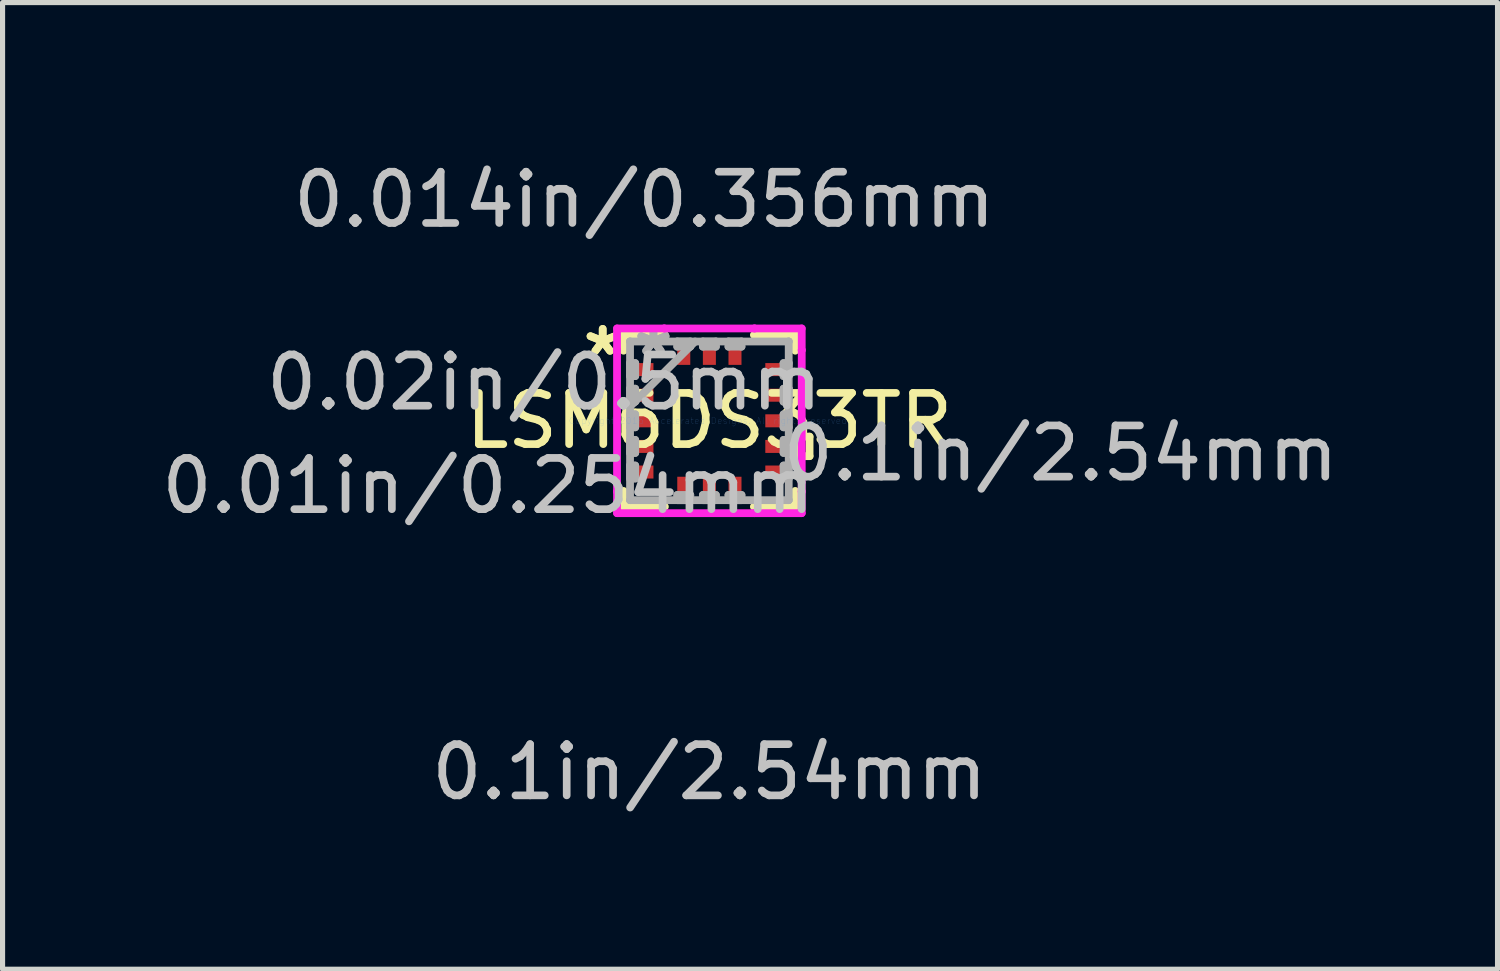
<source format=kicad_pcb>
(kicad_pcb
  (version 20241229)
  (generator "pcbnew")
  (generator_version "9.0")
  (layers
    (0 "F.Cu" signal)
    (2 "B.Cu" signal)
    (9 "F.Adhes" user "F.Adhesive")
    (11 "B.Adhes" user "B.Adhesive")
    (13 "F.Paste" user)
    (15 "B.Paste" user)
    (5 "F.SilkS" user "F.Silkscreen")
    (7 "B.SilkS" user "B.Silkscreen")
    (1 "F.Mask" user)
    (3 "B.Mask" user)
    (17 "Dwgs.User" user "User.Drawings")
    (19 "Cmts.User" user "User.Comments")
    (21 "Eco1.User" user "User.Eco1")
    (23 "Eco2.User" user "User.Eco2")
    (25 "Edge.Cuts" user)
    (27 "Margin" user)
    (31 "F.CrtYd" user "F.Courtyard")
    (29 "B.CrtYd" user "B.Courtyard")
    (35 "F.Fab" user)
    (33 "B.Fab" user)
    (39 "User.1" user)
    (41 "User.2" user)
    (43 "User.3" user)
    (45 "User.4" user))
  (footprint "LSM6DS33TR"
    (layer "F.Cu")
    (at 10.8 5.166)
    (property "Reference" "LSM6DS33TR" (at 0 0 0) (layer "F.SilkS") (effects (font (size 1 1) (thickness 0.15))))
    (attr through_hole)
    (fp_line (start -1.676 -1.676) (end -1.676 -1.369) (stroke (width 0.152) (type solid)) (layer "F.SilkS"))
    (fp_line (start -1.676 1.369) (end -1.676 1.676) (stroke (width 0.152) (type solid)) (layer "F.SilkS"))
    (fp_line (start -1.676 1.676) (end -0.869 1.676) (stroke (width 0.152) (type solid)) (layer "F.SilkS"))
    (fp_line (start -0.869 -1.676) (end -1.676 -1.676) (stroke (width 0.152) (type solid)) (layer "F.SilkS"))
    (fp_line (start 0.869 1.676) (end 1.676 1.676) (stroke (width 0.152) (type solid)) (layer "F.SilkS"))
    (fp_line (start 1.676 -1.676) (end 0.869 -1.676) (stroke (width 0.152) (type solid)) (layer "F.SilkS"))
    (fp_line (start 1.676 -1.369) (end 1.676 -1.676) (stroke (width 0.152) (type solid)) (layer "F.SilkS"))
    (fp_line (start 1.676 1.676) (end 1.676 1.369) (stroke (width 0.152) (type solid)) (layer "F.SilkS"))
    (fp_line (start 1.702 0.309) (end 1.956 0.309) (stroke (width 0.152) (type solid)) (layer "F.SilkS"))
    (fp_line (start 1.702 0.69) (end 1.702 0.309) (stroke (width 0.152) (type solid)) (layer "F.SilkS"))
    (fp_line (start 1.956 0.309) (end 1.956 0.69) (stroke (width 0.152) (type solid)) (layer "F.SilkS"))
    (fp_line (start 1.956 0.69) (end 1.702 0.69) (stroke (width 0.152) (type solid)) (layer "F.SilkS"))
    (fp_line (start -1.803 -1.803) (end -0.881 -1.803) (stroke (width 0.152) (type solid)) (layer "F.CrtYd"))
    (fp_line (start -1.803 -1.381) (end -1.803 -1.803) (stroke (width 0.152) (type solid)) (layer "F.CrtYd"))
    (fp_line (start -1.803 -1.381) (end -1.803 -1.381) (stroke (width 0.152) (type solid)) (layer "F.CrtYd"))
    (fp_line (start -1.803 1.381) (end -1.803 -1.381) (stroke (width 0.152) (type solid)) (layer "F.CrtYd"))
    (fp_line (start -1.803 1.381) (end -1.803 1.381) (stroke (width 0.152) (type solid)) (layer "F.CrtYd"))
    (fp_line (start -1.803 1.803) (end -1.803 1.381) (stroke (width 0.152) (type solid)) (layer "F.CrtYd"))
    (fp_line (start -0.881 -1.803) (end -0.881 -1.803) (stroke (width 0.152) (type solid)) (layer "F.CrtYd"))
    (fp_line (start -0.881 -1.803) (end 0.881 -1.803) (stroke (width 0.152) (type solid)) (layer "F.CrtYd"))
    (fp_line (start -0.881 1.803) (end -1.803 1.803) (stroke (width 0.152) (type solid)) (layer "F.CrtYd"))
    (fp_line (start -0.881 1.803) (end -0.881 1.803) (stroke (width 0.152) (type solid)) (layer "F.CrtYd"))
    (fp_line (start 0.881 -1.803) (end 0.881 -1.803) (stroke (width 0.152) (type solid)) (layer "F.CrtYd"))
    (fp_line (start 0.881 -1.803) (end 1.803 -1.803) (stroke (width 0.152) (type solid)) (layer "F.CrtYd"))
    (fp_line (start 0.881 1.803) (end -0.881 1.803) (stroke (width 0.152) (type solid)) (layer "F.CrtYd"))
    (fp_line (start 0.881 1.803) (end 0.881 1.803) (stroke (width 0.152) (type solid)) (layer "F.CrtYd"))
    (fp_line (start 1.803 -1.803) (end 1.803 -1.381) (stroke (width 0.152) (type solid)) (layer "F.CrtYd"))
    (fp_line (start 1.803 -1.381) (end 1.803 -1.381) (stroke (width 0.152) (type solid)) (layer "F.CrtYd"))
    (fp_line (start 1.803 -1.381) (end 1.803 1.381) (stroke (width 0.152) (type solid)) (layer "F.CrtYd"))
    (fp_line (start 1.803 1.381) (end 1.803 1.381) (stroke (width 0.152) (type solid)) (layer "F.CrtYd"))
    (fp_line (start 1.803 1.381) (end 1.803 1.803) (stroke (width 0.152) (type solid)) (layer "F.CrtYd"))
    (fp_line (start 1.803 1.803) (end 0.881 1.803) (stroke (width 0.152) (type solid)) (layer "F.CrtYd"))
    (fp_line (start -1.549 -1.549) (end -1.549 -1.549) (stroke (width 0.152) (type solid)) (layer "F.Fab"))
    (fp_line (start -1.549 -1.549) (end -1.549 1.549) (stroke (width 0.152) (type solid)) (layer "F.Fab"))
    (fp_line (start -1.549 -1.127) (end -1.448 -1.127) (stroke (width 0.152) (type solid)) (layer "F.Fab"))
    (fp_line (start -1.549 -0.873) (end -1.549 -1.127) (stroke (width 0.152) (type solid)) (layer "F.Fab"))
    (fp_line (start -1.549 -0.627) (end -1.448 -0.627) (stroke (width 0.152) (type solid)) (layer "F.Fab"))
    (fp_line (start -1.549 -0.373) (end -1.549 -0.627) (stroke (width 0.152) (type solid)) (layer "F.Fab"))
    (fp_line (start -1.549 -0.279) (end -0.279 -1.549) (stroke (width 0.152) (type solid)) (layer "F.Fab"))
    (fp_line (start -1.549 -0.127) (end -1.448 -0.127) (stroke (width 0.152) (type solid)) (layer "F.Fab"))
    (fp_line (start -1.549 0.127) (end -1.549 -0.127) (stroke (width 0.152) (type solid)) (layer "F.Fab"))
    (fp_line (start -1.549 0.373) (end -1.448 0.373) (stroke (width 0.152) (type solid)) (layer "F.Fab"))
    (fp_line (start -1.549 0.627) (end -1.549 0.373) (stroke (width 0.152) (type solid)) (layer "F.Fab"))
    (fp_line (start -1.549 0.873) (end -1.448 0.873) (stroke (width 0.152) (type solid)) (layer "F.Fab"))
    (fp_line (start -1.549 1.127) (end -1.549 0.873) (stroke (width 0.152) (type solid)) (layer "F.Fab"))
    (fp_line (start -1.549 1.549) (end -1.549 1.549) (stroke (width 0.152) (type solid)) (layer "F.Fab"))
    (fp_line (start -1.549 1.549) (end 1.549 1.549) (stroke (width 0.152) (type solid)) (layer "F.Fab"))
    (fp_line (start -1.448 -1.127) (end -1.448 -0.873) (stroke (width 0.152) (type solid)) (layer "F.Fab"))
    (fp_line (start -1.448 -0.873) (end -1.549 -0.873) (stroke (width 0.152) (type solid)) (layer "F.Fab"))
    (fp_line (start -1.448 -0.627) (end -1.448 -0.373) (stroke (width 0.152) (type solid)) (layer "F.Fab"))
    (fp_line (start -1.448 -0.373) (end -1.549 -0.373) (stroke (width 0.152) (type solid)) (layer "F.Fab"))
    (fp_line (start -1.448 -0.127) (end -1.448 0.127) (stroke (width 0.152) (type solid)) (layer "F.Fab"))
    (fp_line (start -1.448 0.127) (end -1.549 0.127) (stroke (width 0.152) (type solid)) (layer "F.Fab"))
    (fp_line (start -1.448 0.373) (end -1.448 0.627) (stroke (width 0.152) (type solid)) (layer "F.Fab"))
    (fp_line (start -1.448 0.627) (end -1.549 0.627) (stroke (width 0.152) (type solid)) (layer "F.Fab"))
    (fp_line (start -1.448 0.873) (end -1.448 1.127) (stroke (width 0.152) (type solid)) (layer "F.Fab"))
    (fp_line (start -1.448 1.127) (end -1.549 1.127) (stroke (width 0.152) (type solid)) (layer "F.Fab"))
    (fp_line (start -0.627 -1.549) (end -0.373 -1.549) (stroke (width 0.152) (type solid)) (layer "F.Fab"))
    (fp_line (start -0.627 -1.448) (end -0.627 -1.549) (stroke (width 0.152) (type solid)) (layer "F.Fab"))
    (fp_line (start -0.627 1.448) (end -0.373 1.448) (stroke (width 0.152) (type solid)) (layer "F.Fab"))
    (fp_line (start -0.627 1.549) (end -0.627 1.448) (stroke (width 0.152) (type solid)) (layer "F.Fab"))
    (fp_line (start -0.373 -1.549) (end -0.373 -1.448) (stroke (width 0.152) (type solid)) (layer "F.Fab"))
    (fp_line (start -0.373 -1.448) (end -0.627 -1.448) (stroke (width 0.152) (type solid)) (layer "F.Fab"))
    (fp_line (start -0.373 1.448) (end -0.373 1.549) (stroke (width 0.152) (type solid)) (layer "F.Fab"))
    (fp_line (start -0.373 1.549) (end -0.627 1.549) (stroke (width 0.152) (type solid)) (layer "F.Fab"))
    (fp_line (start -0.127 -1.549) (end 0.127 -1.549) (stroke (width 0.152) (type solid)) (layer "F.Fab"))
    (fp_line (start -0.127 -1.448) (end -0.127 -1.549) (stroke (width 0.152) (type solid)) (layer "F.Fab"))
    (fp_line (start -0.127 1.448) (end 0.127 1.448) (stroke (width 0.152) (type solid)) (layer "F.Fab"))
    (fp_line (start -0.127 1.549) (end -0.127 1.448) (stroke (width 0.152) (type solid)) (layer "F.Fab"))
    (fp_line (start 0.127 -1.549) (end 0.127 -1.448) (stroke (width 0.152) (type solid)) (layer "F.Fab"))
    (fp_line (start 0.127 -1.448) (end -0.127 -1.448) (stroke (width 0.152) (type solid)) (layer "F.Fab"))
    (fp_line (start 0.127 1.448) (end 0.127 1.549) (stroke (width 0.152) (type solid)) (layer "F.Fab"))
    (fp_line (start 0.127 1.549) (end -0.127 1.549) (stroke (width 0.152) (type solid)) (layer "F.Fab"))
    (fp_line (start 0.373 -1.549) (end 0.627 -1.549) (stroke (width 0.152) (type solid)) (layer "F.Fab"))
    (fp_line (start 0.373 -1.448) (end 0.373 -1.549) (stroke (width 0.152) (type solid)) (layer "F.Fab"))
    (fp_line (start 0.373 1.448) (end 0.627 1.448) (stroke (width 0.152) (type solid)) (layer "F.Fab"))
    (fp_line (start 0.373 1.549) (end 0.373 1.448) (stroke (width 0.152) (type solid)) (layer "F.Fab"))
    (fp_line (start 0.627 -1.549) (end 0.627 -1.448) (stroke (width 0.152) (type solid)) (layer "F.Fab"))
    (fp_line (start 0.627 -1.448) (end 0.373 -1.448) (stroke (width 0.152) (type solid)) (layer "F.Fab"))
    (fp_line (start 0.627 1.448) (end 0.627 1.549) (stroke (width 0.152) (type solid)) (layer "F.Fab"))
    (fp_line (start 0.627 1.549) (end 0.373 1.549) (stroke (width 0.152) (type solid)) (layer "F.Fab"))
    (fp_line (start 1.448 -1.127) (end 1.549 -1.127) (stroke (width 0.152) (type solid)) (layer "F.Fab"))
    (fp_line (start 1.448 -0.873) (end 1.448 -1.127) (stroke (width 0.152) (type solid)) (layer "F.Fab"))
    (fp_line (start 1.448 -0.627) (end 1.549 -0.627) (stroke (width 0.152) (type solid)) (layer "F.Fab"))
    (fp_line (start 1.448 -0.373) (end 1.448 -0.627) (stroke (width 0.152) (type solid)) (layer "F.Fab"))
    (fp_line (start 1.448 -0.127) (end 1.549 -0.127) (stroke (width 0.152) (type solid)) (layer "F.Fab"))
    (fp_line (start 1.448 0.127) (end 1.448 -0.127) (stroke (width 0.152) (type solid)) (layer "F.Fab"))
    (fp_line (start 1.448 0.373) (end 1.549 0.373) (stroke (width 0.152) (type solid)) (layer "F.Fab"))
    (fp_line (start 1.448 0.627) (end 1.448 0.373) (stroke (width 0.152) (type solid)) (layer "F.Fab"))
    (fp_line (start 1.448 0.873) (end 1.549 0.873) (stroke (width 0.152) (type solid)) (layer "F.Fab"))
    (fp_line (start 1.448 1.127) (end 1.448 0.873) (stroke (width 0.152) (type solid)) (layer "F.Fab"))
    (fp_line (start 1.549 -1.549) (end -1.549 -1.549) (stroke (width 0.152) (type solid)) (layer "F.Fab"))
    (fp_line (start 1.549 -1.549) (end 1.549 -1.549) (stroke (width 0.152) (type solid)) (layer "F.Fab"))
    (fp_line (start 1.549 -1.127) (end 1.549 -0.873) (stroke (width 0.152) (type solid)) (layer "F.Fab"))
    (fp_line (start 1.549 -0.873) (end 1.448 -0.873) (stroke (width 0.152) (type solid)) (layer "F.Fab"))
    (fp_line (start 1.549 -0.627) (end 1.549 -0.373) (stroke (width 0.152) (type solid)) (layer "F.Fab"))
    (fp_line (start 1.549 -0.373) (end 1.448 -0.373) (stroke (width 0.152) (type solid)) (layer "F.Fab"))
    (fp_line (start 1.549 -0.127) (end 1.549 0.127) (stroke (width 0.152) (type solid)) (layer "F.Fab"))
    (fp_line (start 1.549 0.127) (end 1.448 0.127) (stroke (width 0.152) (type solid)) (layer "F.Fab"))
    (fp_line (start 1.549 0.373) (end 1.549 0.627) (stroke (width 0.152) (type solid)) (layer "F.Fab"))
    (fp_line (start 1.549 0.627) (end 1.448 0.627) (stroke (width 0.152) (type solid)) (layer "F.Fab"))
    (fp_line (start 1.549 0.873) (end 1.549 1.127) (stroke (width 0.152) (type solid)) (layer "F.Fab"))
    (fp_line (start 1.549 1.127) (end 1.448 1.127) (stroke (width 0.152) (type solid)) (layer "F.Fab"))
    (fp_line (start 1.549 1.549) (end 1.549 -1.549) (stroke (width 0.152) (type solid)) (layer "F.Fab"))
    (fp_line (start 1.549 1.549) (end 1.549 1.549) (stroke (width 0.152) (type solid)) (layer "F.Fab"))
    (fp_text user "*" (at -2.083 -1.25 0) (layer "F.SilkS") (effects (font (size 1 1) (thickness 0.15))))
    (fp_text user "*" (at -2.083 -1.25 0) (layer "F.SilkS") (effects (font (size 1 1) (thickness 0.15))))
    (fp_text user "0.1in/2.54mm" (at 6.858 0.635 0) (layer "Dwgs.User") (effects (font (size 1 1) (thickness 0.15))))
    (fp_text user "0.01in/0.254mm" (at -4.318 1.27 0) (layer "Dwgs.User") (effects (font (size 1 1) (thickness 0.15))))
    (fp_text user "0.014in/0.356mm" (at -1.27 -4.318 0) (layer "Dwgs.User") (effects (font (size 1 1) (thickness 0.15))))
    (fp_text user "0.02in/0.5mm" (at -3.226 -0.75 0) (layer "Dwgs.User") (effects (font (size 1 1) (thickness 0.15))))
    (fp_text user "0.1in/2.54mm" (at 0 6.858 0) (layer "Dwgs.User") (effects (font (size 1 1) (thickness 0.15))))
    (fp_text user "Copyright 2016 Accelerated Designs. All rights reserved." (at 0 0 0) (layer "Cmts.User") (effects (font (size 0.127 0.127) (thickness 0.002))))
    (fp_text user "*" (at -1.092 -1.25 0) (layer "F.Fab") (effects (font (size 1 1) (thickness 0.15))))
    (fp_text user "*" (at -1.092 -1.25 0) (layer "F.Fab") (effects (font (size 1 1) (thickness 0.15))))
    (pad "1" smd rect (at -1.27 -1 90) (size 0.254 0.356) (layers "F.Cu" "F.Mask" "F.Paste"))
    (pad "2" smd rect (at -1.27 -0.5 90) (size 0.254 0.356) (layers "F.Cu" "F.Mask" "F.Paste"))
    (pad "3" smd rect (at -1.27 0 90) (size 0.254 0.356) (layers "F.Cu" "F.Mask" "F.Paste"))
    (pad "4" smd rect (at -1.27 0.5 90) (size 0.254 0.356) (layers "F.Cu" "F.Mask" "F.Paste"))
    (pad "5" smd rect (at -1.27 1 90) (size 0.254 0.356) (layers "F.Cu" "F.Mask" "F.Paste"))
    (pad "6" smd rect (at -0.5 1.27) (size 0.254 0.356) (layers "F.Cu" "F.Mask" "F.Paste"))
    (pad "7" smd rect (at 0 1.27) (size 0.254 0.356) (layers "F.Cu" "F.Mask" "F.Paste"))
    (pad "8" smd rect (at 0.5 1.27) (size 0.254 0.356) (layers "F.Cu" "F.Mask" "F.Paste"))
    (pad "9" smd rect (at 1.27 1 90) (size 0.254 0.356) (layers "F.Cu" "F.Mask" "F.Paste"))
    (pad "10" smd rect (at 1.27 0.5 90) (size 0.254 0.356) (layers "F.Cu" "F.Mask" "F.Paste"))
    (pad "11" smd rect (at 1.27 0 90) (size 0.254 0.356) (layers "F.Cu" "F.Mask" "F.Paste"))
    (pad "12" smd rect (at 1.27 -0.5 90) (size 0.254 0.356) (layers "F.Cu" "F.Mask" "F.Paste"))
    (pad "13" smd rect (at 1.27 -1 90) (size 0.254 0.356) (layers "F.Cu" "F.Mask" "F.Paste"))
    (pad "14" smd rect (at 0.5 -1.27) (size 0.254 0.356) (layers "F.Cu" "F.Mask" "F.Paste"))
    (pad "15" smd rect (at 0 -1.27) (size 0.254 0.356) (layers "F.Cu" "F.Mask" "F.Paste"))
    (pad "16" smd rect (at -0.5 -1.27) (size 0.254 0.356) (layers "F.Cu" "F.Mask" "F.Paste")))
  (gr_rect
    (start -3 -3)
    (end 26.188 15.873)
    (stroke (width 0.1) (type default))
    (fill no)
    (layer "Edge.Cuts")))
</source>
